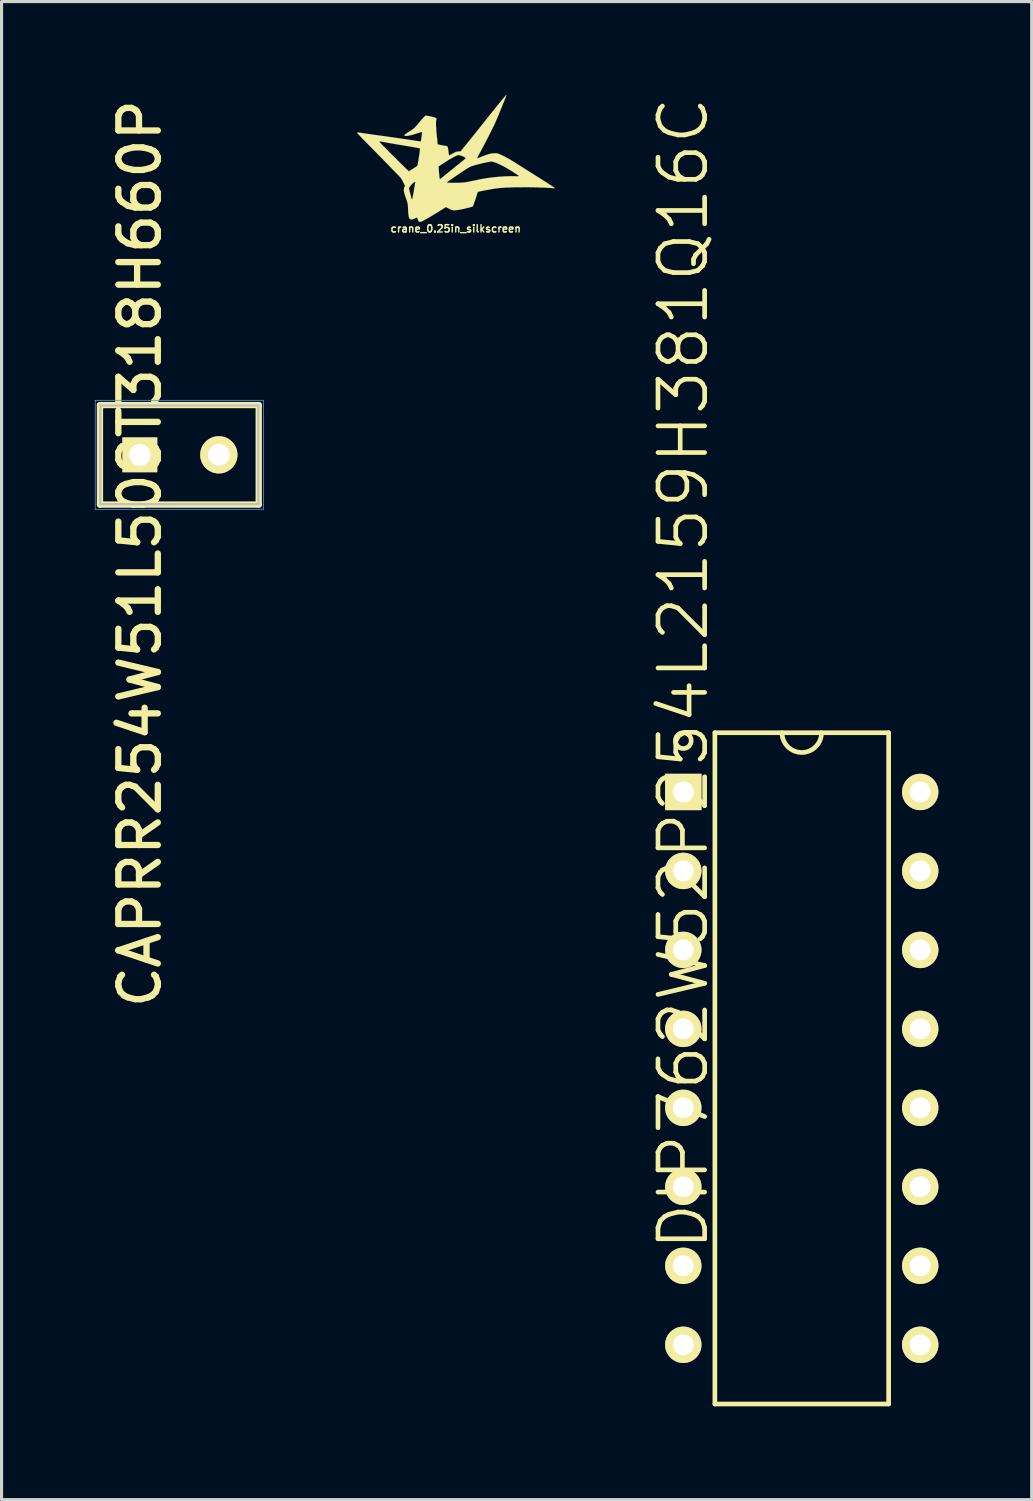
<source format=kicad_pcb>
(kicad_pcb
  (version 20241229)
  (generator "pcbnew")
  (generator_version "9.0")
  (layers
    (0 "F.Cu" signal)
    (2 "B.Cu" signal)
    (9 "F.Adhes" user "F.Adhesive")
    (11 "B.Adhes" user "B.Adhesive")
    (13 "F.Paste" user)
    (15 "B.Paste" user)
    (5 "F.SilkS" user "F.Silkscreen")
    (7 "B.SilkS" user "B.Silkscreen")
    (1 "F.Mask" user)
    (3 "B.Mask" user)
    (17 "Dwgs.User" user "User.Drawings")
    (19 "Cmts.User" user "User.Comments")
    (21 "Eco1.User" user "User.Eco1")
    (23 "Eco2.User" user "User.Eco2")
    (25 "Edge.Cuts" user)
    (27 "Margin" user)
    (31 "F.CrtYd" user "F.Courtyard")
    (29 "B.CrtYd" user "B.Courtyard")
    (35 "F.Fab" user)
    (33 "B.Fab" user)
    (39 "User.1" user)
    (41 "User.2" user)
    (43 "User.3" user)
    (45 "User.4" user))
  (footprint "DIP762W52P254L2159H381Q16C"
    (layer "F.Cu")
    (at 22.736 31.311)
    (property "Reference" "DIP762W52P254L2159H381Q16C" (at -3.81 -12.7 90) (layer "F.SilkS") (effects (font (size 1.5 1.5) (thickness 0.15))))
    (attr through_hole)
    (fp_line (start -2.794 -10.795) (end 2.794 -10.795) (stroke (width 0.15) (type solid)) (layer "F.SilkS"))
    (fp_line (start -2.794 10.795) (end -2.794 -10.795) (stroke (width 0.15) (type solid)) (layer "F.SilkS"))
    (fp_line (start 2.794 -10.795) (end 2.794 10.795) (stroke (width 0.15) (type solid)) (layer "F.SilkS"))
    (fp_line (start 2.794 10.795) (end -2.794 10.795) (stroke (width 0.15) (type solid)) (layer "F.SilkS"))
    (fp_arc (start 0.635 -10.795) (mid 0 -10.16) (end -0.635 -10.795) (stroke (width 0.15) (type solid)) (layer "F.SilkS"))
    (fp_circle (center -3.81 -10.541) (end -3.556 -10.541) (stroke (width 0.15) (type solid)) (fill no) (layer "F.SilkS"))
    (pad "1" thru_hole rect (at -3.81 -8.89) (size 1.17 1.17) (drill 0.67) (layers "*.Cu" "*.Mask" "F.SilkS"))
    (pad "2" thru_hole circle (at -3.81 -6.35) (size 1.17 1.17) (drill 0.67) (layers "*.Cu" "*.Mask" "F.SilkS"))
    (pad "3" thru_hole circle (at -3.81 -3.81) (size 1.17 1.17) (drill 0.67) (layers "*.Cu" "*.Mask" "F.SilkS"))
    (pad "4" thru_hole circle (at -3.81 -1.27) (size 1.17 1.17) (drill 0.67) (layers "*.Cu" "*.Mask" "F.SilkS"))
    (pad "5" thru_hole circle (at -3.81 1.27) (size 1.17 1.17) (drill 0.67) (layers "*.Cu" "*.Mask" "F.SilkS"))
    (pad "6" thru_hole circle (at -3.81 3.81) (size 1.17 1.17) (drill 0.67) (layers "*.Cu" "*.Mask" "F.SilkS"))
    (pad "7" thru_hole circle (at -3.81 6.35) (size 1.17 1.17) (drill 0.67) (layers "*.Cu" "*.Mask" "F.SilkS"))
    (pad "8" thru_hole circle (at -3.81 8.89) (size 1.17 1.17) (drill 0.67) (layers "*.Cu" "*.Mask" "F.SilkS"))
    (pad "9" thru_hole circle (at 3.81 8.89) (size 1.17 1.17) (drill 0.67) (layers "*.Cu" "*.Mask" "F.SilkS"))
    (pad "10" thru_hole circle (at 3.81 6.35) (size 1.17 1.17) (drill 0.67) (layers "*.Cu" "*.Mask" "F.SilkS"))
    (pad "11" thru_hole circle (at 3.81 3.81) (size 1.17 1.17) (drill 0.67) (layers "*.Cu" "*.Mask" "F.SilkS"))
    (pad "12" thru_hole circle (at 3.81 1.27) (size 1.17 1.17) (drill 0.67) (layers "*.Cu" "*.Mask" "F.SilkS"))
    (pad "13" thru_hole circle (at 3.81 -1.27) (size 1.17 1.17) (drill 0.67) (layers "*.Cu" "*.Mask" "F.SilkS"))
    (pad "14" thru_hole circle (at 3.81 -3.81) (size 1.17 1.17) (drill 0.67) (layers "*.Cu" "*.Mask" "F.SilkS"))
    (pad "15" thru_hole circle (at 3.81 -6.35) (size 1.17 1.17) (drill 0.67) (layers "*.Cu" "*.Mask" "F.SilkS"))
    (pad "16" thru_hole circle (at 3.81 -8.89) (size 1.17 1.17) (drill 0.67) (layers "*.Cu" "*.Mask" "F.SilkS")))
  (footprint "CAPRR254W51L508T318H660P"
    (layer "F.Cu")
    (at 2.718 11.578)
    (property "Reference" "CAPRR254W51L508T318H660P" (at -1.27 3.175 90) (layer "F.SilkS") (effects (font (size 1.27 1.27) (thickness 0.203))))
    (attr through_hole)
    (fp_line (start -2.553 -1.6) (end 2.553 -1.6) (stroke (width 0.203) (type solid)) (layer "F.SilkS"))
    (fp_line (start -2.553 1.6) (end -2.553 -1.6) (stroke (width 0.203) (type solid)) (layer "F.SilkS"))
    (fp_line (start 2.553 -1.6) (end 2.553 1.6) (stroke (width 0.203) (type solid)) (layer "F.SilkS"))
    (fp_line (start 2.553 1.6) (end -2.553 1.6) (stroke (width 0.203) (type solid)) (layer "F.SilkS"))
    (fp_line (start -2.54 -1.587) (end 2.54 -1.587) (stroke (width 0.076) (type solid)) (layer "Dwgs.User"))
    (fp_line (start -2.54 1.587) (end -2.54 -1.587) (stroke (width 0.076) (type solid)) (layer "Dwgs.User"))
    (fp_line (start 2.54 -1.587) (end 2.54 1.587) (stroke (width 0.076) (type solid)) (layer "Dwgs.User"))
    (fp_line (start 2.54 1.587) (end -2.54 1.587) (stroke (width 0.076) (type solid)) (layer "Dwgs.User"))
    (fp_line (start -2.705 -1.753) (end 2.705 -1.753) (stroke (width 0.025) (type solid)) (layer "Cmts.User"))
    (fp_line (start -2.705 1.753) (end -2.705 -1.753) (stroke (width 0.025) (type solid)) (layer "Cmts.User"))
    (fp_line (start 2.705 -1.753) (end 2.705 1.753) (stroke (width 0.025) (type solid)) (layer "Cmts.User"))
    (fp_line (start 2.705 1.753) (end -2.705 1.753) (stroke (width 0.025) (type solid)) (layer "Cmts.User"))
    (pad "1" thru_hole rect (at -1.27 0) (size 1.12 1.12) (drill 0.701) (layers "*.Cu" "*.Mask" "F.SilkS"))
    (pad "2" thru_hole circle (at 1.27 0) (size 1.199 1.199) (drill 0.701) (layers "*.Cu" "*.Mask" "F.SilkS")))
  (footprint "crane_0.25in_silkscreen"
    (layer "F.Cu")
    (at 11.607 2.028)
    (property "Reference" "crane_0.25in_silkscreen" (at 0 2.276 0) (layer "F.SilkS") (effects (font (size 0.234 0.234) (thickness 0.046))))
    (attr through_hole)
    (fp_poly (pts (xy 3.178 0.965) (xy 3.175 0.978) (xy 3.157 0.98) (xy 3.124 0.975) (xy 3.053 0.968) (xy 2.962 0.963) (xy 2.847 0.955) (xy 2.72 0.953) (xy 2.581 0.947) (xy 2.433 0.945) (xy 2.281 0.942) (xy 2.129 0.945) (xy 2.04 0.945) (xy 2.04 0.587) (xy 2.029 0.577) (xy 2.002 0.556) (xy 1.956 0.526) (xy 1.9 0.488) (xy 1.836 0.447) (xy 1.768 0.406) (xy 1.702 0.366) (xy 1.669 0.345) (xy 1.562 0.284) (xy 1.455 0.231) (xy 1.359 0.185) (xy 1.275 0.15) (xy 1.247 0.142) (xy 1.196 0.127) (xy 1.158 0.119) (xy 1.12 0.119) (xy 1.067 0.127) (xy 1.064 0.127) (xy 0.983 0.145) (xy 0.879 0.168) (xy 0.759 0.198) (xy 0.632 0.231) (xy 0.579 0.249) (xy 0.541 0.259) (xy 0.508 0.269) (xy 0.475 0.282) (xy 0.442 0.297) (xy 0.406 0.318) (xy 0.361 0.345) (xy 0.323 0.368) (xy 0.323 0.01) (xy 0.315 0) (xy 0.29 -0.018) (xy 0.251 -0.041) (xy 0.208 -0.058) (xy 0.163 -0.074) (xy 0.15 -0.079) (xy 0.104 -0.086) (xy 0.066 -0.086) (xy 0.041 -0.079) (xy -0.005 -0.058) (xy -0.074 -0.023) (xy -0.155 0.023) (xy -0.254 0.081) (xy -0.361 0.15) (xy -0.384 0.165) (xy -0.551 0.274) (xy -0.544 0.396) (xy -0.536 0.493) (xy -0.528 0.566) (xy -0.523 0.62) (xy -0.518 0.655) (xy -0.511 0.673) (xy -0.505 0.678) (xy -0.485 0.671) (xy -0.46 0.65) (xy -0.457 0.648) (xy -0.439 0.632) (xy -0.404 0.605) (xy -0.353 0.561) (xy -0.29 0.511) (xy -0.216 0.45) (xy -0.132 0.384) (xy -0.051 0.318) (xy 0.03 0.251) (xy 0.112 0.188) (xy 0.18 0.13) (xy 0.239 0.084) (xy 0.284 0.046) (xy 0.312 0.02) (xy 0.323 0.01) (xy 0.323 0.368) (xy 0.305 0.381) (xy 0.234 0.427) (xy 0.15 0.485) (xy 0.081 0.531) (xy -0.005 0.589) (xy -0.084 0.643) (xy -0.152 0.691) (xy -0.211 0.732) (xy -0.254 0.762) (xy -0.279 0.78) (xy -0.284 0.785) (xy -0.274 0.792) (xy -0.244 0.798) (xy -0.193 0.8) (xy -0.13 0.803) (xy -0.056 0.803) (xy 0.02 0.803) (xy 0.104 0.8) (xy 0.183 0.795) (xy 0.259 0.79) (xy 0.323 0.782) (xy 0.358 0.777) (xy 0.424 0.765) (xy 0.498 0.749) (xy 0.572 0.734) (xy 0.582 0.732) (xy 0.772 0.691) (xy 0.973 0.655) (xy 1.179 0.627) (xy 1.382 0.607) (xy 1.575 0.594) (xy 1.758 0.589) (xy 1.872 0.589) (xy 1.935 0.592) (xy 1.986 0.592) (xy 2.024 0.589) (xy 2.04 0.589) (xy 2.04 0.587) (xy 2.04 0.945) (xy 1.994 0.945) (xy 1.844 0.947) (xy 1.712 0.953) (xy 1.598 0.955) (xy 1.499 0.963) (xy 1.405 0.97) (xy 1.313 0.98) (xy 1.222 0.993) (xy 1.123 1.011) (xy 1.011 1.031) (xy 0.889 1.054) (xy 0.711 1.092) (xy 0.638 1.321) (xy 0.612 1.392) (xy 0.589 1.458) (xy 0.572 1.509) (xy 0.556 1.547) (xy 0.551 1.56) (xy 0.528 1.57) (xy 0.488 1.582) (xy 0.429 1.6) (xy 0.361 1.615) (xy 0.284 1.633) (xy 0.206 1.651) (xy 0.13 1.664) (xy 0.061 1.676) (xy 0.003 1.684) (xy -0.036 1.687) (xy -0.081 1.684) (xy -0.122 1.676) (xy -0.165 1.659) (xy -0.216 1.633) (xy -0.318 1.582) (xy -0.419 1.648) (xy -0.483 1.687) (xy -0.556 1.735) (xy -0.638 1.783) (xy -0.724 1.834) (xy -0.805 1.885) (xy -0.881 1.93) (xy -0.95 1.968) (xy -1.001 1.996) (xy -1.031 2.014) (xy -1.087 2.04) (xy -1.125 2.055) (xy -1.151 2.06) (xy -1.151 -0.292) (xy -1.151 -0.305) (xy -1.166 -0.31) (xy -1.201 -0.315) (xy -1.257 -0.328) (xy -1.331 -0.34) (xy -1.417 -0.356) (xy -1.514 -0.373) (xy -1.59 -0.384) (xy -1.765 -0.414) (xy -1.915 -0.439) (xy -2.045 -0.462) (xy -2.151 -0.48) (xy -2.238 -0.495) (xy -2.306 -0.508) (xy -2.36 -0.518) (xy -2.398 -0.523) (xy -2.421 -0.528) (xy -2.428 -0.531) (xy -2.454 -0.531) (xy -2.456 -0.521) (xy -2.449 -0.508) (xy -2.421 -0.48) (xy -2.38 -0.437) (xy -2.324 -0.378) (xy -2.258 -0.312) (xy -2.182 -0.234) (xy -2.098 -0.15) (xy -2.007 -0.058) (xy -1.981 -0.033) (xy -1.509 0.432) (xy -1.397 0.363) (xy -1.346 0.33) (xy -1.3 0.3) (xy -1.267 0.279) (xy -1.257 0.272) (xy -1.242 0.259) (xy -1.232 0.239) (xy -1.222 0.211) (xy -1.214 0.165) (xy -1.204 0.099) (xy -1.201 0.089) (xy -1.184 -0.033) (xy -1.168 -0.13) (xy -1.158 -0.206) (xy -1.153 -0.259) (xy -1.151 -0.292) (xy -1.151 2.06) (xy -1.153 2.06) (xy -1.173 2.055) (xy -1.179 2.052) (xy -1.196 2.032) (xy -1.214 1.999) (xy -1.217 1.991) (xy -1.227 1.956) (xy -1.234 1.93) (xy -1.237 1.925) (xy -1.247 1.92) (xy -1.278 1.93) (xy -1.298 1.941) (xy -1.298 0.772) (xy -1.311 0.772) (xy -1.333 0.782) (xy -1.364 0.803) (xy -1.397 0.833) (xy -1.43 0.866) (xy -1.458 0.902) (xy -1.473 0.922) (xy -1.506 0.98) (xy -1.466 1.14) (xy -1.445 1.214) (xy -1.433 1.265) (xy -1.422 1.3) (xy -1.417 1.321) (xy -1.412 1.331) (xy -1.407 1.333) (xy -1.402 1.333) (xy -1.397 1.321) (xy -1.389 1.288) (xy -1.379 1.234) (xy -1.367 1.168) (xy -1.351 1.09) (xy -1.349 1.072) (xy -1.336 0.993) (xy -1.323 0.919) (xy -1.313 0.859) (xy -1.306 0.815) (xy -1.3 0.792) (xy -1.298 0.772) (xy -1.298 1.941) (xy -1.306 1.943) (xy -1.354 1.963) (xy -1.4 1.976) (xy -1.422 1.981) (xy -1.453 1.976) (xy -1.476 1.963) (xy -1.496 1.938) (xy -1.509 1.897) (xy -1.519 1.836) (xy -1.527 1.755) (xy -1.532 1.674) (xy -1.534 1.595) (xy -1.539 1.537) (xy -1.544 1.488) (xy -1.554 1.443) (xy -1.567 1.394) (xy -1.587 1.336) (xy -1.6 1.3) (xy -1.631 1.212) (xy -1.651 1.143) (xy -1.664 1.09) (xy -1.669 1.046) (xy -1.669 1.008) (xy -1.661 0.973) (xy -1.656 0.955) (xy -1.633 0.889) (xy -1.689 0.78) (xy -1.717 0.726) (xy -1.745 0.678) (xy -1.768 0.643) (xy -1.775 0.632) (xy -1.791 0.617) (xy -1.821 0.584) (xy -1.869 0.536) (xy -1.928 0.475) (xy -1.999 0.401) (xy -2.08 0.318) (xy -2.169 0.226) (xy -2.266 0.127) (xy -2.365 0.025) (xy -2.507 -0.117) (xy -2.629 -0.244) (xy -2.738 -0.353) (xy -2.83 -0.447) (xy -2.908 -0.528) (xy -2.974 -0.594) (xy -3.028 -0.65) (xy -3.071 -0.696) (xy -3.106 -0.732) (xy -3.132 -0.759) (xy -3.15 -0.78) (xy -3.162 -0.795) (xy -3.167 -0.805) (xy -3.17 -0.81) (xy -3.17 -0.813) (xy -3.17 -0.815) (xy -3.167 -0.815) (xy -3.15 -0.818) (xy -3.114 -0.815) (xy -3.086 -0.81) (xy -3.056 -0.805) (xy -3.002 -0.798) (xy -2.931 -0.787) (xy -2.847 -0.775) (xy -2.751 -0.762) (xy -2.652 -0.747) (xy -2.629 -0.744) (xy -2.441 -0.719) (xy -2.256 -0.693) (xy -2.08 -0.668) (xy -1.915 -0.645) (xy -1.763 -0.622) (xy -1.623 -0.602) (xy -1.504 -0.584) (xy -1.402 -0.569) (xy -1.323 -0.556) (xy -1.283 -0.549) (xy -1.222 -0.541) (xy -1.171 -0.533) (xy -1.138 -0.531) (xy -1.123 -0.533) (xy -1.118 -0.549) (xy -1.113 -0.584) (xy -1.105 -0.632) (xy -1.097 -0.686) (xy -1.09 -0.737) (xy -1.087 -0.782) (xy -1.085 -0.808) (xy -1.087 -0.82) (xy -1.092 -0.828) (xy -1.102 -0.831) (xy -1.125 -0.828) (xy -1.163 -0.815) (xy -1.219 -0.798) (xy -1.295 -0.772) (xy -1.308 -0.77) (xy -1.389 -0.744) (xy -1.471 -0.724) (xy -1.537 -0.711) (xy -1.552 -0.709) (xy -1.603 -0.706) (xy -1.631 -0.706) (xy -1.643 -0.711) (xy -1.648 -0.721) (xy -1.648 -0.726) (xy -1.638 -0.744) (xy -1.61 -0.77) (xy -1.562 -0.803) (xy -1.506 -0.841) (xy -1.448 -0.876) (xy -1.402 -0.907) (xy -1.367 -0.932) (xy -1.333 -0.96) (xy -1.303 -0.991) (xy -1.267 -1.031) (xy -1.222 -1.082) (xy -1.181 -1.13) (xy -1.133 -1.189) (xy -1.087 -1.242) (xy -1.046 -1.285) (xy -1.016 -1.318) (xy -1.008 -1.326) (xy -0.968 -1.364) (xy -0.82 -1.336) (xy -0.739 -1.318) (xy -0.678 -1.3) (xy -0.643 -1.285) (xy -0.622 -1.265) (xy -0.62 -1.245) (xy -0.62 -1.237) (xy -0.627 -1.212) (xy -0.632 -1.181) (xy -0.635 -1.143) (xy -0.635 -1.097) (xy -0.635 -1.041) (xy -0.63 -0.97) (xy -0.625 -0.884) (xy -0.615 -0.777) (xy -0.602 -0.65) (xy -0.589 -0.528) (xy -0.582 -0.437) (xy -0.516 -0.422) (xy -0.467 -0.411) (xy -0.409 -0.401) (xy -0.356 -0.391) (xy -0.315 -0.386) (xy -0.29 -0.378) (xy -0.269 -0.368) (xy -0.259 -0.351) (xy -0.249 -0.318) (xy -0.241 -0.269) (xy -0.234 -0.198) (xy -0.226 -0.145) (xy -0.218 -0.104) (xy -0.213 -0.081) (xy -0.211 -0.076) (xy -0.198 -0.084) (xy -0.168 -0.102) (xy -0.124 -0.124) (xy -0.099 -0.14) (xy -0.041 -0.17) (xy 0.003 -0.191) (xy 0.046 -0.203) (xy 0.079 -0.206) (xy 0.157 -0.211) (xy 0.277 -0.358) (xy 0.323 -0.411) (xy 0.378 -0.483) (xy 0.442 -0.561) (xy 0.511 -0.645) (xy 0.574 -0.726) (xy 0.594 -0.749) (xy 0.754 -0.95) (xy 0.897 -1.13) (xy 1.026 -1.293) (xy 1.14 -1.435) (xy 1.242 -1.562) (xy 1.328 -1.669) (xy 1.405 -1.763) (xy 1.468 -1.839) (xy 1.519 -1.902) (xy 1.56 -1.953) (xy 1.593 -1.989) (xy 1.613 -2.012) (xy 1.626 -2.024) (xy 1.631 -2.027) (xy 1.628 -2.009) (xy 1.613 -1.968) (xy 1.59 -1.902) (xy 1.554 -1.816) (xy 1.511 -1.709) (xy 1.458 -1.58) (xy 1.397 -1.43) (xy 1.326 -1.262) (xy 1.3 -1.204) (xy 1.27 -1.13) (xy 1.227 -1.036) (xy 1.173 -0.93) (xy 1.113 -0.808) (xy 1.046 -0.676) (xy 0.975 -0.538) (xy 0.902 -0.399) (xy 0.828 -0.259) (xy 0.798 -0.203) (xy 0.762 -0.137) (xy 0.734 -0.079) (xy 0.711 -0.036) (xy 0.696 -0.005) (xy 0.693 0.003) (xy 0.704 0.01) (xy 0.724 0.01) (xy 0.739 0) (xy 0.757 -0.008) (xy 0.795 -0.025) (xy 0.848 -0.046) (xy 0.909 -0.069) (xy 0.975 -0.094) (xy 1.039 -0.114) (xy 1.052 -0.119) (xy 1.146 -0.142) (xy 1.245 -0.15) (xy 1.25 -0.15) (xy 1.293 -0.15) (xy 1.328 -0.145) (xy 1.361 -0.14) (xy 1.4 -0.124) (xy 1.448 -0.104) (xy 1.506 -0.076) (xy 1.58 -0.038) (xy 1.661 0.005) (xy 1.74 0.048) (xy 1.786 0.076) (xy 1.877 0.132) (xy 1.984 0.201) (xy 2.106 0.277) (xy 2.238 0.361) (xy 2.375 0.447) (xy 2.515 0.536) (xy 2.654 0.622) (xy 2.786 0.706) (xy 2.837 0.739) (xy 2.921 0.79) (xy 2.997 0.841) (xy 3.063 0.884) (xy 3.117 0.919) (xy 3.155 0.947) (xy 3.175 0.963) (xy 3.178 0.965)) (stroke (width 0.003) (type solid)) (fill yes) (layer "F.SilkS")))
  (gr_rect
    (start -3 -3)
    (end 30.131 45.181)
    (stroke (width 0.1) (type default))
    (fill no)
    (layer "Edge.Cuts")))
</source>
